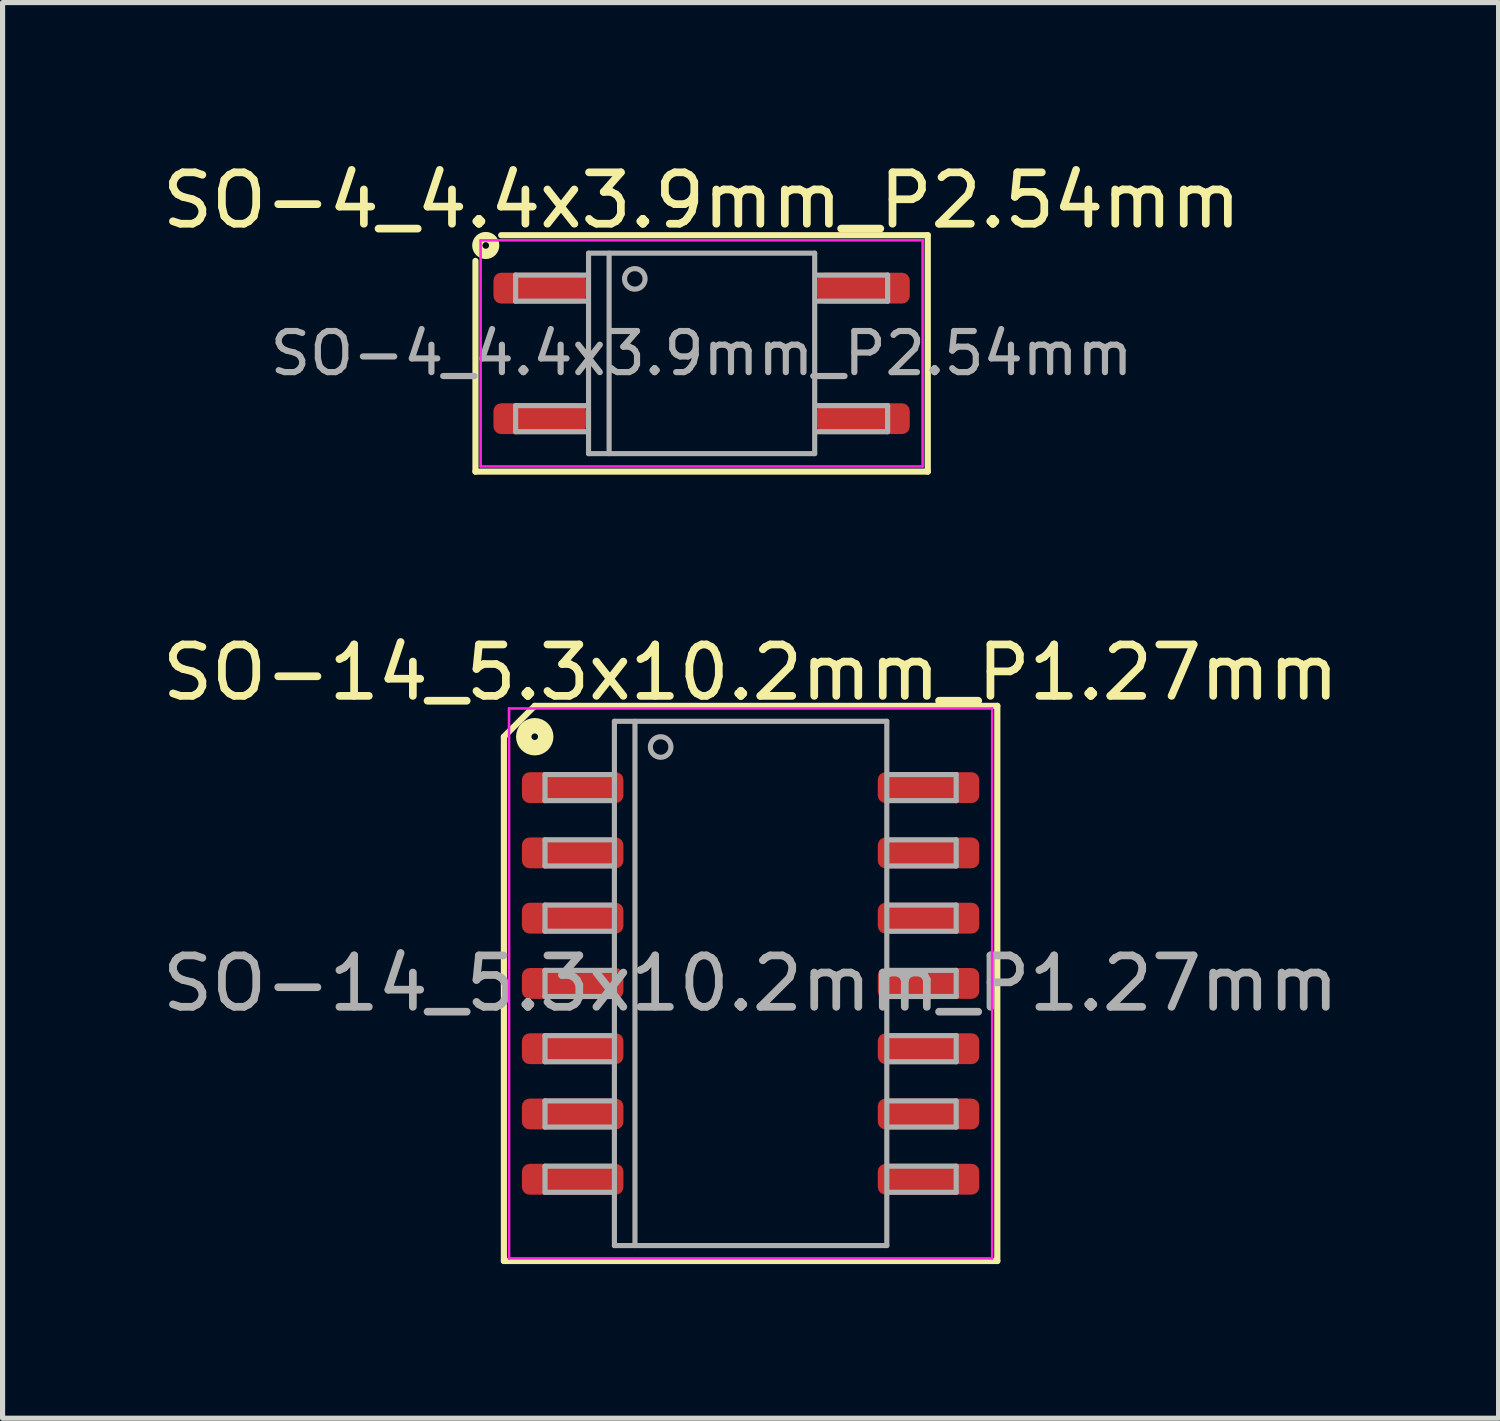
<source format=kicad_pcb>
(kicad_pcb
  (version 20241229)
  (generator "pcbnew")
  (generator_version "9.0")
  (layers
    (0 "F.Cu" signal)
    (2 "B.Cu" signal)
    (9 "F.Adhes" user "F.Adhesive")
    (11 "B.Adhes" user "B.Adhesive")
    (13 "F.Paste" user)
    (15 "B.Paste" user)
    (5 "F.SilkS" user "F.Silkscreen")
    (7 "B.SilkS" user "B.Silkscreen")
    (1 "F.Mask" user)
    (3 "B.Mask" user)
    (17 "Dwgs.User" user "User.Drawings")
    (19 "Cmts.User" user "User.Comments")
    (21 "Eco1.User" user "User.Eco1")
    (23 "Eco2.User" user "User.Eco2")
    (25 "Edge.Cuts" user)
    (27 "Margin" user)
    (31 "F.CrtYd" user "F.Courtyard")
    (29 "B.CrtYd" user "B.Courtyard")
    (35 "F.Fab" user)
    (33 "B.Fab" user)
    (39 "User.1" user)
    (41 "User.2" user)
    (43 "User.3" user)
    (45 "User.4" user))
  (footprint "SO-4_4.4x3.9mm_P2.54mm"
    (layer "F.Cu")
    (at 10.601 3.826)
    (property "Reference" "SO-4_4.4x3.9mm_P2.54mm" (at 0 -2.978 0) (layer "F.SilkS") (effects (font (size 1 1) (thickness 0.15))))
    (attr smd)
    (fp_line (start -4.4 -1.8) (end -4.4 2.3) (stroke (width 0.12) (type solid)) (layer "F.SilkS"))
    (fp_line (start -4.4 2.3) (end 4.4 2.3) (stroke (width 0.12) (type solid)) (layer "F.SilkS"))
    (fp_line (start 4.4 -2.3) (end -3.9 -2.3) (stroke (width 0.12) (type solid)) (layer "F.SilkS"))
    (fp_line (start 4.4 2.3) (end 4.4 -2.3) (stroke (width 0.12) (type solid)) (layer "F.SilkS"))
    (fp_circle (center -4.2 -2.1) (end -4.136 -2.1) (stroke (width 0.2) (type solid)) (fill no) (layer "F.SilkS"))
    (fp_line (start -4.3 -2.2) (end -4.3 2.2) (stroke (width 0.05) (type solid)) (layer "F.CrtYd"))
    (fp_line (start -4.3 2.2) (end 4.3 2.2) (stroke (width 0.05) (type solid)) (layer "F.CrtYd"))
    (fp_line (start 4.3 -2.2) (end -4.3 -2.2) (stroke (width 0.05) (type solid)) (layer "F.CrtYd"))
    (fp_line (start 4.3 2.2) (end 4.3 -2.2) (stroke (width 0.05) (type solid)) (layer "F.CrtYd"))
    (fp_line (start -3.619 -1.524) (end -3.619 -1.016) (stroke (width 0.1) (type solid)) (layer "F.Fab"))
    (fp_line (start -3.619 -1.524) (end -2.223 -1.524) (stroke (width 0.1) (type solid)) (layer "F.Fab"))
    (fp_line (start -3.619 -1.016) (end -2.223 -1.016) (stroke (width 0.1) (type solid)) (layer "F.Fab"))
    (fp_line (start -3.619 1.016) (end -3.619 1.524) (stroke (width 0.1) (type solid)) (layer "F.Fab"))
    (fp_line (start -3.619 1.016) (end -2.223 1.016) (stroke (width 0.1) (type solid)) (layer "F.Fab"))
    (fp_line (start -3.619 1.524) (end -2.223 1.524) (stroke (width 0.1) (type solid)) (layer "F.Fab"))
    (fp_line (start -2.2 -1.95) (end 2.2 -1.95) (stroke (width 0.1) (type solid)) (layer "F.Fab"))
    (fp_line (start -2.2 1.95) (end -2.2 -1.95) (stroke (width 0.1) (type solid)) (layer "F.Fab"))
    (fp_line (start -1.8 -1.95) (end -1.8 1.95) (stroke (width 0.1) (type solid)) (layer "F.Fab"))
    (fp_line (start 2.2 -1.95) (end 2.2 1.95) (stroke (width 0.1) (type solid)) (layer "F.Fab"))
    (fp_line (start 2.2 1.95) (end -2.2 1.95) (stroke (width 0.1) (type solid)) (layer "F.Fab"))
    (fp_line (start 3.619 -1.524) (end 2.223 -1.524) (stroke (width 0.1) (type solid)) (layer "F.Fab"))
    (fp_line (start 3.619 -1.016) (end 2.223 -1.016) (stroke (width 0.1) (type solid)) (layer "F.Fab"))
    (fp_line (start 3.619 -1.016) (end 3.619 -1.524) (stroke (width 0.1) (type solid)) (layer "F.Fab"))
    (fp_line (start 3.619 1.016) (end 2.223 1.016) (stroke (width 0.1) (type solid)) (layer "F.Fab"))
    (fp_line (start 3.619 1.524) (end 2.223 1.524) (stroke (width 0.1) (type solid)) (layer "F.Fab"))
    (fp_line (start 3.619 1.524) (end 3.619 1.016) (stroke (width 0.1) (type solid)) (layer "F.Fab"))
    (fp_circle (center -1.3 -1.45) (end -1.1 -1.45) (stroke (width 0.1) (type solid)) (fill no) (layer "F.Fab"))
    (fp_text user "${REFERENCE}" (at 0 0 0) (layer "F.Fab") (effects (font (size 0.8 0.8) (thickness 0.12))))
    (pad "1" smd roundrect (at -3.15 -1.27) (size 1.8 0.6) (layers "F.Cu" "F.Mask" "F.Paste") (roundrect_rratio 0.25))
    (pad "2" smd roundrect (at -3.15 1.27) (size 1.8 0.6) (layers "F.Cu" "F.Mask" "F.Paste") (roundrect_rratio 0.25))
    (pad "3" smd roundrect (at 3.15 1.27) (size 1.8 0.6) (layers "F.Cu" "F.Mask" "F.Paste") (roundrect_rratio 0.25))
    (pad "4" smd roundrect (at 3.15 -1.27) (size 1.8 0.6) (layers "F.Cu" "F.Mask" "F.Paste") (roundrect_rratio 0.25)))
  (footprint "SO-14_5.3x10.2mm_P1.27mm"
    (layer "F.Cu")
    (at 11.554 16.084)
    (property "Reference" "SO-14_5.3x10.2mm_P1.27mm" (at 0 -6.05 0) (layer "F.SilkS") (effects (font (size 1 1) (thickness 0.15))))
    (attr smd)
    (fp_line (start -4.8 -4.8) (end -4.8 5.4) (stroke (width 0.12) (type solid)) (layer "F.SilkS"))
    (fp_line (start -4.8 -4.8) (end -4.2 -5.4) (stroke (width 0.12) (type solid)) (layer "F.SilkS"))
    (fp_line (start -4.8 5.4) (end 4.8 5.4) (stroke (width 0.12) (type solid)) (layer "F.SilkS"))
    (fp_line (start 4.8 -5.4) (end -4.2 -5.4) (stroke (width 0.12) (type solid)) (layer "F.SilkS"))
    (fp_line (start 4.8 5.4) (end 4.8 -5.4) (stroke (width 0.12) (type solid)) (layer "F.SilkS"))
    (fp_circle (center -4.2 -4.8) (end -4.136 -4.8) (stroke (width 0.3) (type solid)) (fill no) (layer "F.SilkS"))
    (fp_line (start -4.7 -5.35) (end -4.7 5.35) (stroke (width 0.05) (type solid)) (layer "F.CrtYd"))
    (fp_line (start -4.7 5.35) (end 4.7 5.35) (stroke (width 0.05) (type solid)) (layer "F.CrtYd"))
    (fp_line (start 4.7 -5.35) (end -4.7 -5.35) (stroke (width 0.05) (type solid)) (layer "F.CrtYd"))
    (fp_line (start 4.7 5.35) (end 4.7 -5.35) (stroke (width 0.05) (type solid)) (layer "F.CrtYd"))
    (fp_line (start -4 -4.064) (end -4 -3.556) (stroke (width 0.1) (type solid)) (layer "F.Fab"))
    (fp_line (start -4 -4.064) (end -2.667 -4.064) (stroke (width 0.1) (type solid)) (layer "F.Fab"))
    (fp_line (start -4 -3.556) (end -2.667 -3.556) (stroke (width 0.1) (type solid)) (layer "F.Fab"))
    (fp_line (start -4 -2.794) (end -4 -2.286) (stroke (width 0.1) (type solid)) (layer "F.Fab"))
    (fp_line (start -4 -2.794) (end -2.667 -2.794) (stroke (width 0.1) (type solid)) (layer "F.Fab"))
    (fp_line (start -4 -2.286) (end -2.667 -2.286) (stroke (width 0.1) (type solid)) (layer "F.Fab"))
    (fp_line (start -4 -1.524) (end -4 -1.016) (stroke (width 0.1) (type solid)) (layer "F.Fab"))
    (fp_line (start -4 -1.524) (end -2.667 -1.524) (stroke (width 0.1) (type solid)) (layer "F.Fab"))
    (fp_line (start -4 -1.016) (end -2.667 -1.016) (stroke (width 0.1) (type solid)) (layer "F.Fab"))
    (fp_line (start -4 -0.254) (end -4 0.254) (stroke (width 0.1) (type solid)) (layer "F.Fab"))
    (fp_line (start -4 -0.254) (end -2.667 -0.254) (stroke (width 0.1) (type solid)) (layer "F.Fab"))
    (fp_line (start -4 0.254) (end -2.667 0.254) (stroke (width 0.1) (type solid)) (layer "F.Fab"))
    (fp_line (start -4 1.016) (end -4 1.524) (stroke (width 0.1) (type solid)) (layer "F.Fab"))
    (fp_line (start -4 1.016) (end -2.667 1.016) (stroke (width 0.1) (type solid)) (layer "F.Fab"))
    (fp_line (start -4 1.524) (end -2.667 1.524) (stroke (width 0.1) (type solid)) (layer "F.Fab"))
    (fp_line (start -4 2.286) (end -4 2.794) (stroke (width 0.1) (type solid)) (layer "F.Fab"))
    (fp_line (start -4 2.286) (end -2.667 2.286) (stroke (width 0.1) (type solid)) (layer "F.Fab"))
    (fp_line (start -4 2.794) (end -2.667 2.794) (stroke (width 0.1) (type solid)) (layer "F.Fab"))
    (fp_line (start -4 3.556) (end -4 4.064) (stroke (width 0.1) (type solid)) (layer "F.Fab"))
    (fp_line (start -4 3.556) (end -2.667 3.556) (stroke (width 0.1) (type solid)) (layer "F.Fab"))
    (fp_line (start -4 4.064) (end -2.667 4.064) (stroke (width 0.1) (type solid)) (layer "F.Fab"))
    (fp_line (start -2.65 -5.1) (end 2.65 -5.1) (stroke (width 0.1) (type solid)) (layer "F.Fab"))
    (fp_line (start -2.65 5.1) (end -2.65 -5.1) (stroke (width 0.1) (type solid)) (layer "F.Fab"))
    (fp_line (start -2.25 -5.1) (end -2.25 5.1) (stroke (width 0.1) (type solid)) (layer "F.Fab"))
    (fp_line (start 2.65 -5.1) (end 2.65 5.1) (stroke (width 0.1) (type solid)) (layer "F.Fab"))
    (fp_line (start 2.65 5.1) (end -2.65 5.1) (stroke (width 0.1) (type solid)) (layer "F.Fab"))
    (fp_line (start 4 -4.064) (end 2.667 -4.064) (stroke (width 0.1) (type solid)) (layer "F.Fab"))
    (fp_line (start 4 -3.556) (end 2.667 -3.556) (stroke (width 0.1) (type solid)) (layer "F.Fab"))
    (fp_line (start 4 -3.556) (end 4 -4.064) (stroke (width 0.1) (type solid)) (layer "F.Fab"))
    (fp_line (start 4 -2.794) (end 2.667 -2.794) (stroke (width 0.1) (type solid)) (layer "F.Fab"))
    (fp_line (start 4 -2.286) (end 2.667 -2.286) (stroke (width 0.1) (type solid)) (layer "F.Fab"))
    (fp_line (start 4 -2.286) (end 4 -2.794) (stroke (width 0.1) (type solid)) (layer "F.Fab"))
    (fp_line (start 4 -1.524) (end 2.667 -1.524) (stroke (width 0.1) (type solid)) (layer "F.Fab"))
    (fp_line (start 4 -1.016) (end 2.667 -1.016) (stroke (width 0.1) (type solid)) (layer "F.Fab"))
    (fp_line (start 4 -1.016) (end 4 -1.524) (stroke (width 0.1) (type solid)) (layer "F.Fab"))
    (fp_line (start 4 -0.254) (end 2.667 -0.254) (stroke (width 0.1) (type solid)) (layer "F.Fab"))
    (fp_line (start 4 0.254) (end 2.667 0.254) (stroke (width 0.1) (type solid)) (layer "F.Fab"))
    (fp_line (start 4 0.254) (end 4 -0.254) (stroke (width 0.1) (type solid)) (layer "F.Fab"))
    (fp_line (start 4 1.016) (end 2.667 1.016) (stroke (width 0.1) (type solid)) (layer "F.Fab"))
    (fp_line (start 4 1.524) (end 2.667 1.524) (stroke (width 0.1) (type solid)) (layer "F.Fab"))
    (fp_line (start 4 1.524) (end 4 1.016) (stroke (width 0.1) (type solid)) (layer "F.Fab"))
    (fp_line (start 4 2.286) (end 2.667 2.286) (stroke (width 0.1) (type solid)) (layer "F.Fab"))
    (fp_line (start 4 2.794) (end 2.667 2.794) (stroke (width 0.1) (type solid)) (layer "F.Fab"))
    (fp_line (start 4 2.794) (end 4 2.286) (stroke (width 0.1) (type solid)) (layer "F.Fab"))
    (fp_line (start 4 3.556) (end 2.667 3.556) (stroke (width 0.1) (type solid)) (layer "F.Fab"))
    (fp_line (start 4 4.064) (end 2.667 4.064) (stroke (width 0.1) (type solid)) (layer "F.Fab"))
    (fp_line (start 4 4.064) (end 4 3.556) (stroke (width 0.1) (type solid)) (layer "F.Fab"))
    (fp_circle (center -1.75 -4.6) (end -1.55 -4.6) (stroke (width 0.1) (type solid)) (fill no) (layer "F.Fab"))
    (fp_text user "${REFERENCE}" (at 0 0 0) (layer "F.Fab") (effects (font (size 1 1) (thickness 0.15))))
    (pad "1" smd roundrect (at -3.462 -3.81) (size 1.975 0.6) (layers "F.Cu" "F.Mask" "F.Paste") (roundrect_rratio 0.25))
    (pad "2" smd roundrect (at -3.462 -2.54) (size 1.975 0.6) (layers "F.Cu" "F.Mask" "F.Paste") (roundrect_rratio 0.25))
    (pad "3" smd roundrect (at -3.462 -1.27) (size 1.975 0.6) (layers "F.Cu" "F.Mask" "F.Paste") (roundrect_rratio 0.25))
    (pad "4" smd roundrect (at -3.462 0) (size 1.975 0.6) (layers "F.Cu" "F.Mask" "F.Paste") (roundrect_rratio 0.25))
    (pad "5" smd roundrect (at -3.462 1.27) (size 1.975 0.6) (layers "F.Cu" "F.Mask" "F.Paste") (roundrect_rratio 0.25))
    (pad "6" smd roundrect (at -3.462 2.54) (size 1.975 0.6) (layers "F.Cu" "F.Mask" "F.Paste") (roundrect_rratio 0.25))
    (pad "7" smd roundrect (at -3.462 3.81) (size 1.975 0.6) (layers "F.Cu" "F.Mask" "F.Paste") (roundrect_rratio 0.25))
    (pad "8" smd roundrect (at 3.462 3.81) (size 1.975 0.6) (layers "F.Cu" "F.Mask" "F.Paste") (roundrect_rratio 0.25))
    (pad "9" smd roundrect (at 3.462 2.54) (size 1.975 0.6) (layers "F.Cu" "F.Mask" "F.Paste") (roundrect_rratio 0.25))
    (pad "10" smd roundrect (at 3.462 1.27) (size 1.975 0.6) (layers "F.Cu" "F.Mask" "F.Paste") (roundrect_rratio 0.25))
    (pad "11" smd roundrect (at 3.462 0) (size 1.975 0.6) (layers "F.Cu" "F.Mask" "F.Paste") (roundrect_rratio 0.25))
    (pad "12" smd roundrect (at 3.462 -1.27) (size 1.975 0.6) (layers "F.Cu" "F.Mask" "F.Paste") (roundrect_rratio 0.25))
    (pad "13" smd roundrect (at 3.462 -2.54) (size 1.975 0.6) (layers "F.Cu" "F.Mask" "F.Paste") (roundrect_rratio 0.25))
    (pad "14" smd roundrect (at 3.462 -3.81) (size 1.975 0.6) (layers "F.Cu" "F.Mask" "F.Paste") (roundrect_rratio 0.25)))
  (gr_rect
    (start -3 -3)
    (end 26.107 24.544)
    (stroke (width 0.1) (type default))
    (fill no)
    (layer "Edge.Cuts")))
</source>
